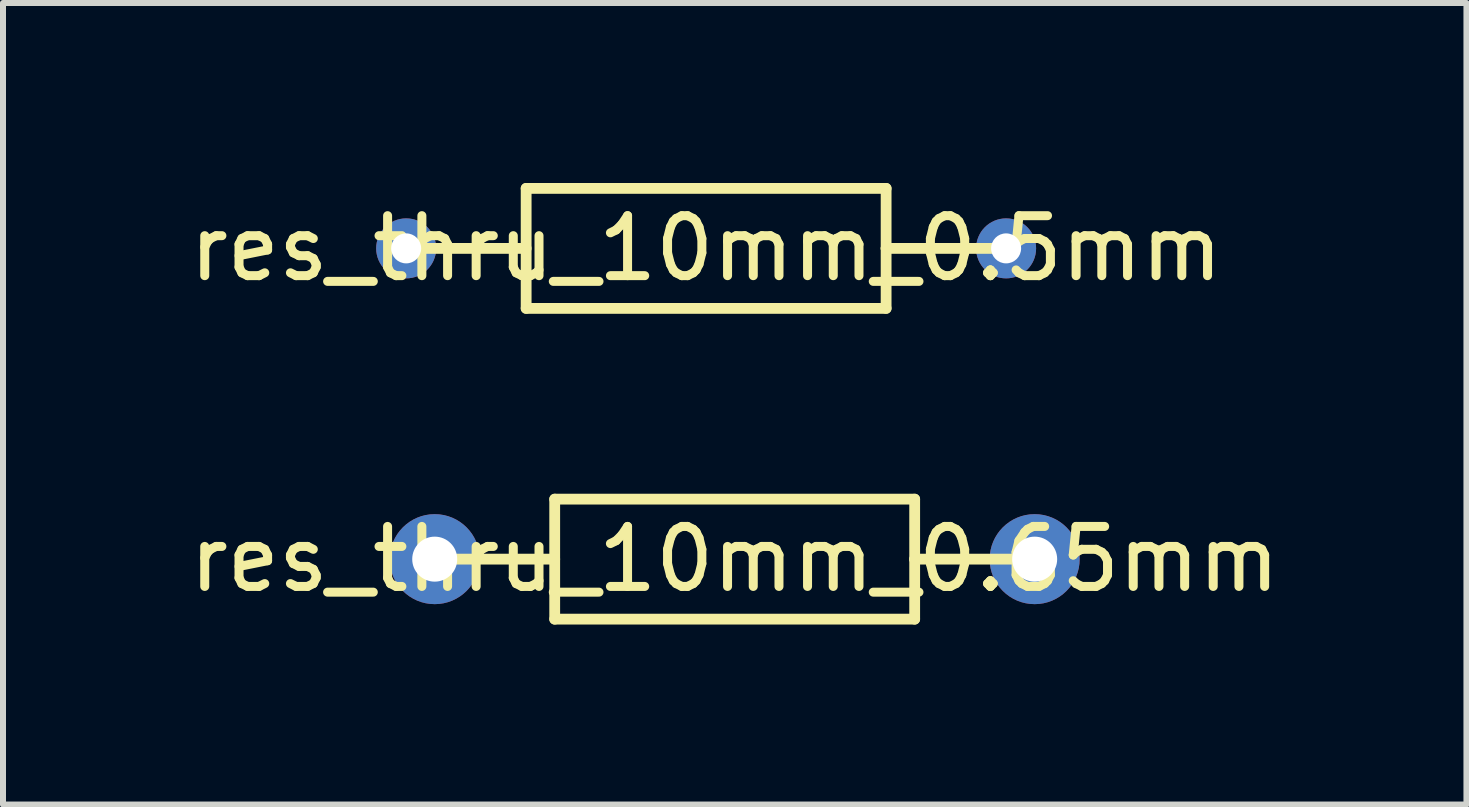
<source format=kicad_pcb>
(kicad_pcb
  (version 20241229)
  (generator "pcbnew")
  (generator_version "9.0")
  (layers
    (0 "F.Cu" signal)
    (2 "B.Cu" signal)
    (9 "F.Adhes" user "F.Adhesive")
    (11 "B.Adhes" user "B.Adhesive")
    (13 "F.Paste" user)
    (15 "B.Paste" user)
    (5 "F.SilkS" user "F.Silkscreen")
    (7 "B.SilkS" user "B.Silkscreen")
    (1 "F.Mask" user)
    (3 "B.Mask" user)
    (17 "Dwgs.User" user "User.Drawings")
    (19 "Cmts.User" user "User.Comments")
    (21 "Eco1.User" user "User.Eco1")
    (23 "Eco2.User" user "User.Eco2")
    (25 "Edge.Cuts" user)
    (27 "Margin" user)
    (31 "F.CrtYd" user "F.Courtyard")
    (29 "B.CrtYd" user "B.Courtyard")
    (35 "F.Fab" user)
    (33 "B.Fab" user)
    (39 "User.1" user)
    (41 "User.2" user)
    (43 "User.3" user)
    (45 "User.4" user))
  (footprint "res_thru_10mm_0.5mm"
    (layer "F.Cu")
    (at 8.72 1.09)
    (property "Reference" "res_thru_10mm_0.5mm" (at 0 0 0) (layer "F.SilkS") (effects (font (size 1 1) (thickness 0.15))))
    (attr through_hole)
    (fp_line (start -5 0) (end -3 0) (stroke (width 0.18) (type solid)) (layer "F.SilkS"))
    (fp_line (start -3 -1) (end -3 1) (stroke (width 0.18) (type solid)) (layer "F.SilkS"))
    (fp_line (start -3 1) (end 3 1) (stroke (width 0.18) (type solid)) (layer "F.SilkS"))
    (fp_line (start 3 -1) (end -3 -1) (stroke (width 0.18) (type solid)) (layer "F.SilkS"))
    (fp_line (start 3 0) (end 3 -1) (stroke (width 0.18) (type solid)) (layer "F.SilkS"))
    (fp_line (start 3 1) (end 3 0) (stroke (width 0.18) (type solid)) (layer "F.SilkS"))
    (fp_line (start 5 0) (end 3 0) (stroke (width 0.18) (type solid)) (layer "F.SilkS"))
    (pad "1" thru_hole circle (at -5 0) (size 1 1) (drill 0.5) (layers "*.Cu" "*.Mask"))
    (pad "2" thru_hole circle (at 5 0) (size 1 1) (drill 0.5) (layers "*.Cu" "*.Mask")))
  (footprint "res_thru_10mm_0.65mm"
    (layer "F.Cu")
    (at 9.196 6.27)
    (property "Reference" "res_thru_10mm_0.65mm" (at 0 0 0) (layer "F.SilkS") (effects (font (size 1 1) (thickness 0.15))))
    (attr through_hole)
    (fp_line (start -5 0) (end -3 0) (stroke (width 0.18) (type solid)) (layer "F.SilkS"))
    (fp_line (start -3 -1) (end -3 1) (stroke (width 0.18) (type solid)) (layer "F.SilkS"))
    (fp_line (start -3 1) (end 3 1) (stroke (width 0.18) (type solid)) (layer "F.SilkS"))
    (fp_line (start 3 -1) (end -3 -1) (stroke (width 0.18) (type solid)) (layer "F.SilkS"))
    (fp_line (start 3 0) (end 3 -1) (stroke (width 0.18) (type solid)) (layer "F.SilkS"))
    (fp_line (start 3 1) (end 3 0) (stroke (width 0.18) (type solid)) (layer "F.SilkS"))
    (fp_line (start 5 0) (end 3 0) (stroke (width 0.18) (type solid)) (layer "F.SilkS"))
    (pad "1" thru_hole circle (at -5 0) (size 1.5 1.5) (drill 0.75) (layers "*.Cu" "*.Mask"))
    (pad "2" thru_hole circle (at 5 0) (size 1.5 1.5) (drill 0.75) (layers "*.Cu" "*.Mask")))
  (gr_rect
    (start -3 -3)
    (end 21.393 10.36)
    (stroke (width 0.1) (type default))
    (fill no)
    (layer "Edge.Cuts")))
</source>
